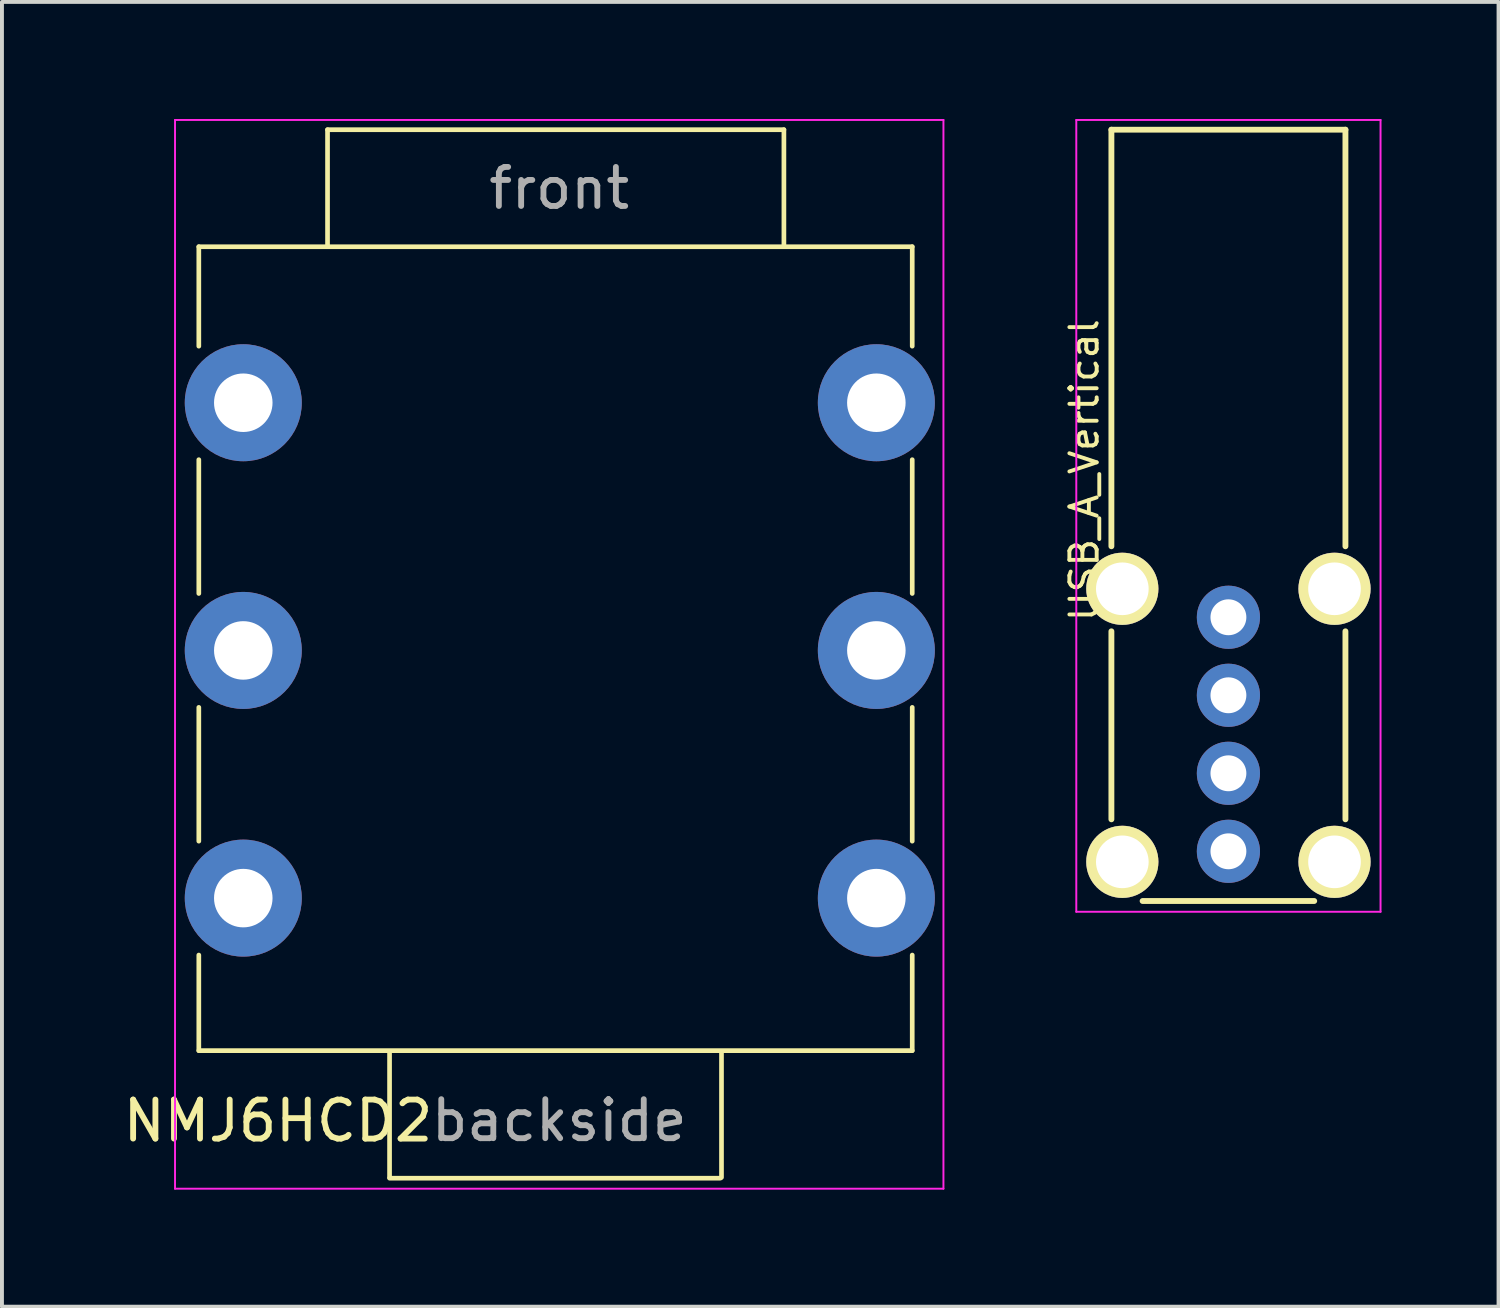
<source format=kicad_pcb>
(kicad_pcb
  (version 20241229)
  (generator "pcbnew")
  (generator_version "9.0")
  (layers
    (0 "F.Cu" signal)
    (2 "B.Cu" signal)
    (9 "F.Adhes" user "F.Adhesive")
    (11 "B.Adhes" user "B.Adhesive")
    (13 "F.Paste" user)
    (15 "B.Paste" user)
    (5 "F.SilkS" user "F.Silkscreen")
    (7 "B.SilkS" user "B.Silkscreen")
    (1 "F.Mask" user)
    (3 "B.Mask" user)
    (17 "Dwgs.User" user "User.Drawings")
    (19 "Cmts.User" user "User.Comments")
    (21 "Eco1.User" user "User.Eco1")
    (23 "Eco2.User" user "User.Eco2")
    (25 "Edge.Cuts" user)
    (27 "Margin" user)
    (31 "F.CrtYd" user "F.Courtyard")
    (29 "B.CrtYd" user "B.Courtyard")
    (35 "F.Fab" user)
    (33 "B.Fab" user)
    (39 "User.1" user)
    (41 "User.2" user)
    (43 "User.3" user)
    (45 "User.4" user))
  (footprint "NMJ6HCD2"
    (layer "F.Cu")
    (at 3.187 19.975)
    (property "Reference" "NMJ6HCD2" (at 0.89 5.71 0) (layer "F.SilkS") (effects (font (size 1 1) (thickness 0.15))))
    (attr through_hole)
    (fp_line (start -1.14 -16.7) (end 17.15 -16.7) (stroke (width 0.12) (type solid)) (layer "F.SilkS"))
    (fp_line (start -1.14 -14.15) (end -1.14 -16.7) (stroke (width 0.12) (type solid)) (layer "F.SilkS"))
    (fp_line (start -1.14 -7.81) (end -1.14 -11.24) (stroke (width 0.12) (type solid)) (layer "F.SilkS"))
    (fp_line (start -1.14 -1.46) (end -1.14 -4.89) (stroke (width 0.12) (type solid)) (layer "F.SilkS"))
    (fp_line (start -1.14 3.91) (end -1.14 1.46) (stroke (width 0.12) (type solid)) (layer "F.SilkS"))
    (fp_line (start -1.14 3.91) (end 17.15 3.91) (stroke (width 0.12) (type solid)) (layer "F.SilkS"))
    (fp_line (start 2.16 -19.7) (end 2.16 -16.7) (stroke (width 0.12) (type solid)) (layer "F.SilkS"))
    (fp_line (start 2.16 -19.7) (end 13.86 -19.7) (stroke (width 0.12) (type solid)) (layer "F.SilkS"))
    (fp_line (start 3.75 3.94) (end 3.75 7.16) (stroke (width 0.12) (type solid)) (layer "F.SilkS"))
    (fp_line (start 3.75 7.18) (end 12.23 7.18) (stroke (width 0.12) (type solid)) (layer "F.SilkS"))
    (fp_line (start 12.26 3.94) (end 12.26 7.16) (stroke (width 0.12) (type solid)) (layer "F.SilkS"))
    (fp_line (start 13.86 -19.7) (end 13.86 -16.7) (stroke (width 0.12) (type solid)) (layer "F.SilkS"))
    (fp_line (start 17.15 -16.7) (end 17.15 -14.15) (stroke (width 0.12) (type solid)) (layer "F.SilkS"))
    (fp_line (start 17.15 -11.24) (end 17.15 -7.81) (stroke (width 0.12) (type solid)) (layer "F.SilkS"))
    (fp_line (start 17.15 -4.89) (end 17.15 -1.46) (stroke (width 0.12) (type solid)) (layer "F.SilkS"))
    (fp_line (start 17.15 3.91) (end 17.15 1.46) (stroke (width 0.12) (type solid)) (layer "F.SilkS"))
    (fp_line (start -1.75 -19.95) (end -1.75 7.45) (stroke (width 0.05) (type solid)) (layer "F.CrtYd"))
    (fp_line (start -1.75 -19.95) (end 17.95 -19.95) (stroke (width 0.05) (type solid)) (layer "F.CrtYd"))
    (fp_line (start -1.75 7.45) (end 17.95 7.45) (stroke (width 0.05) (type solid)) (layer "F.CrtYd"))
    (fp_line (start 17.95 7.45) (end 17.95 -19.95) (stroke (width 0.05) (type solid)) (layer "F.CrtYd"))
    (fp_text user "front" (at 8.1 -18.2 0) (layer "F.Fab") (effects (font (size 1 1) (thickness 0.15))))
    (fp_text user "backside" (at 8.1 5.7 0) (layer "F.Fab") (effects (font (size 1 1) (thickness 0.15))))
    (pad "1" thru_hole circle (at 0 0) (size 3 3) (drill 1.5) (layers "*.Cu" "*.Mask"))
    (pad "2" thru_hole circle (at 0 -6.35) (size 3 3) (drill 1.5) (layers "*.Cu" "*.Mask"))
    (pad "3" thru_hole circle (at 0 -12.7) (size 3 3) (drill 1.5) (layers "*.Cu" "*.Mask"))
    (pad "4" thru_hole circle (at 16.23 0) (size 3 3) (drill 1.5) (layers "*.Cu" "*.Mask"))
    (pad "5" thru_hole circle (at 16.23 -6.35) (size 3 3) (drill 1.5) (layers "*.Cu" "*.Mask"))
    (pad "6" thru_hole circle (at 16.23 -12.7) (size 3 3) (drill 1.5) (layers "*.Cu" "*.Mask")))
  (footprint "USB_A_Vertical"
    (layer "F.Cu")
    (at 28.443 12.775)
    (property "Reference" "USB_A_Vertical" (at -3.696 -3.772 90) (layer "F.SilkS") (effects (font (size 0.7 0.7) (thickness 0.1))))
    (attr through_hole)
    (fp_line (start -3 -12.5) (end 3 -12.5) (stroke (width 0.15) (type solid)) (layer "F.SilkS"))
    (fp_line (start -3 -1.82) (end -3 -12.5) (stroke (width 0.15) (type solid)) (layer "F.SilkS"))
    (fp_line (start -3 0.36) (end -3 5.18) (stroke (width 0.15) (type solid)) (layer "F.SilkS"))
    (fp_line (start 2.2 7.274) (end -2.2 7.274) (stroke (width 0.15) (type solid)) (layer "F.SilkS"))
    (fp_line (start 3 -1.82) (end 3 -12.5) (stroke (width 0.15) (type solid)) (layer "F.SilkS"))
    (fp_line (start 3 0.36) (end 3 5.18) (stroke (width 0.15) (type solid)) (layer "F.SilkS"))
    (fp_line (start -3.9 -12.75) (end 3.9 -12.75) (stroke (width 0.05) (type solid)) (layer "F.CrtYd"))
    (fp_line (start -3.9 7.55) (end -3.9 -12.75) (stroke (width 0.05) (type solid)) (layer "F.CrtYd"))
    (fp_line (start 3.9 -12.75) (end 3.9 7.55) (stroke (width 0.05) (type solid)) (layer "F.CrtYd"))
    (fp_line (start 3.9 7.55) (end -3.9 7.55) (stroke (width 0.05) (type solid)) (layer "F.CrtYd"))
    (pad "1" thru_hole circle (at 0 0) (size 1.62 1.62) (drill 0.92) (layers "*.Cu" "*.Mask"))
    (pad "2" thru_hole circle (at 0 2) (size 1.62 1.62) (drill 0.92) (layers "*.Cu" "*.Mask"))
    (pad "3" thru_hole circle (at 0 4) (size 1.62 1.62) (drill 0.92) (layers "*.Cu" "*.Mask"))
    (pad "4" thru_hole circle (at 0 6) (size 1.62 1.62) (drill 0.92) (layers "*.Cu" "*.Mask"))
    (pad "5" thru_hole circle (at -2.72 -0.73) (size 1.85 1.85) (drill 1.35) (layers "*.Cu" "*.Mask" "F.SilkS"))
    (pad "5" thru_hole circle (at -2.72 6.27) (size 1.85 1.85) (drill 1.35) (layers "*.Cu" "*.Mask" "F.SilkS"))
    (pad "5" thru_hole circle (at 2.72 -0.73) (size 1.85 1.85) (drill 1.35) (layers "*.Cu" "*.Mask" "F.SilkS"))
    (pad "5" thru_hole circle (at 2.72 6.27) (size 1.85 1.85) (drill 1.35) (layers "*.Cu" "*.Mask" "F.SilkS")))
  (gr_rect
    (start -3 -3)
    (end 35.368 30.45)
    (stroke (width 0.1) (type default))
    (fill no)
    (layer "Edge.Cuts")))
</source>
